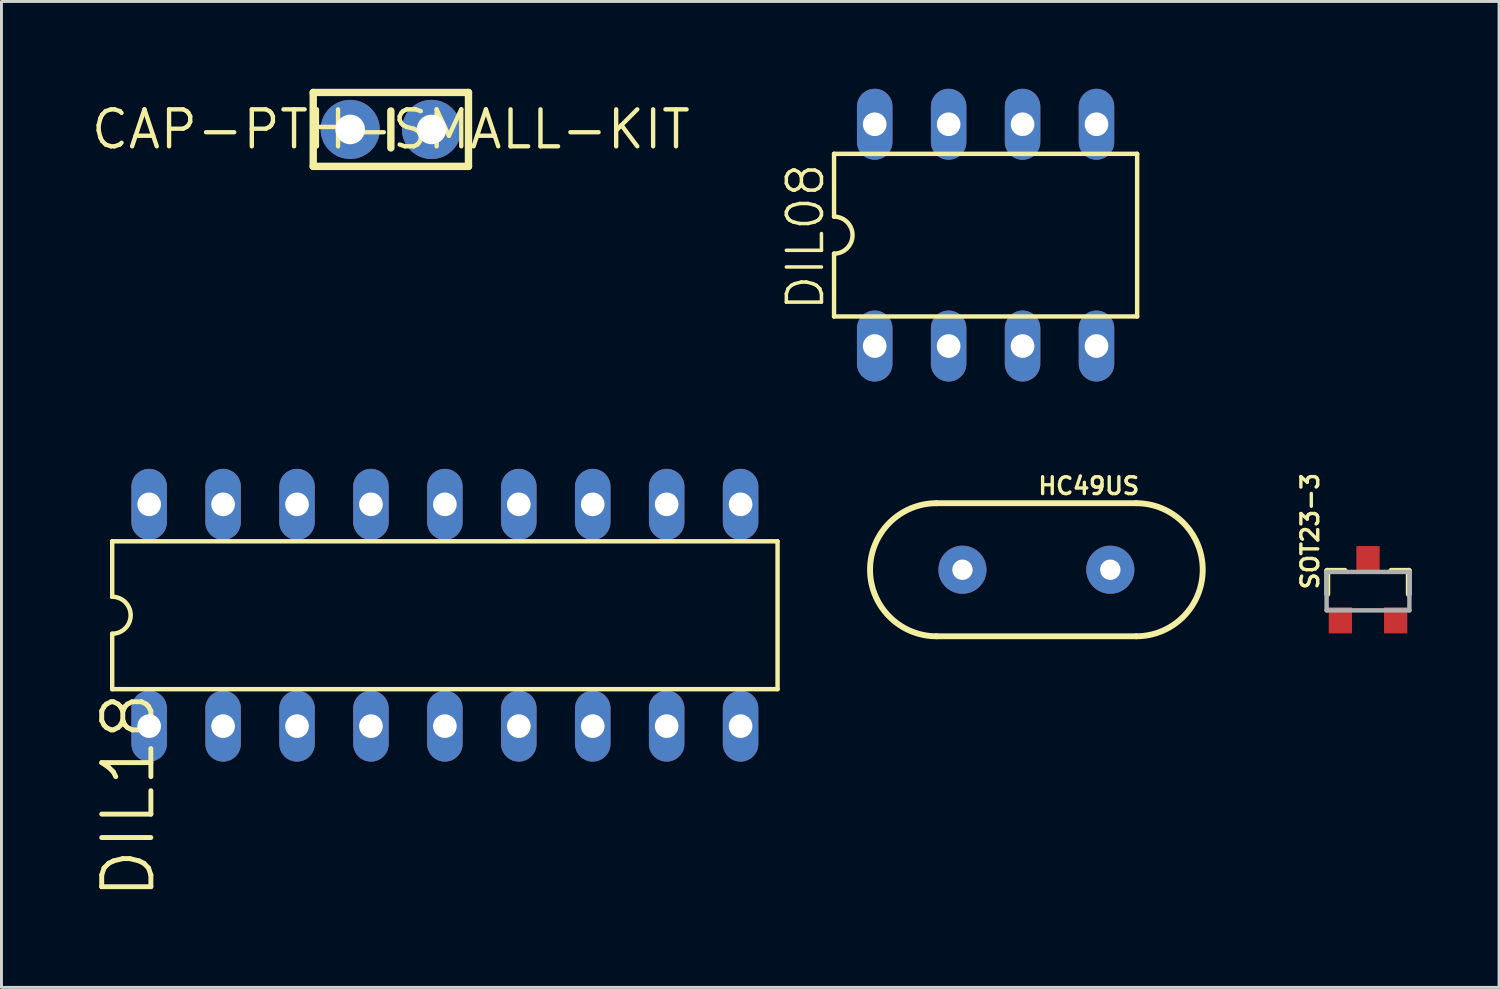
<source format=kicad_pcb>
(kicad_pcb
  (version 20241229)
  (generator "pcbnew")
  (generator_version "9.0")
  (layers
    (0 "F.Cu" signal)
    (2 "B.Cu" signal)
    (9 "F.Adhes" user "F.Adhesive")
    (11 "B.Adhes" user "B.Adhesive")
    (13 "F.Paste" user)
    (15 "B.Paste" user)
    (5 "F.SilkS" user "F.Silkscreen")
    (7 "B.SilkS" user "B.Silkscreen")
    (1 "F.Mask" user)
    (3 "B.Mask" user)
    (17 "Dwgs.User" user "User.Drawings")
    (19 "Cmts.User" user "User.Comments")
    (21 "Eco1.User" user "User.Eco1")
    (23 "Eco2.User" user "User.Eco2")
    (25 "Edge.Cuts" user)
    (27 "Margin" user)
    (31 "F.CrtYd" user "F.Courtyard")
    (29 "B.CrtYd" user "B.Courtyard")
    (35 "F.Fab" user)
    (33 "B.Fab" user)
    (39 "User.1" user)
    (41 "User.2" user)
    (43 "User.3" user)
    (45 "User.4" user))
  (footprint "DIL08"
    (layer "F.Cu")
    (at 30.813 5.029)
    (property "Reference" "DIL08" (at -5.486 2.667 90) (layer "F.SilkS") (effects (font (size 1.206 1.206) (thickness 0.121)) (justify left bottom)))
    (attr through_hole)
    (fp_line (start -5.207 -2.794) (end -5.207 -0.635) (stroke (width 0.152) (type solid)) (layer "F.SilkS"))
    (fp_line (start -5.207 0.635) (end -5.207 2.794) (stroke (width 0.152) (type solid)) (layer "F.SilkS"))
    (fp_line (start -5.207 2.794) (end 5.207 2.794) (stroke (width 0.152) (type solid)) (layer "F.SilkS"))
    (fp_line (start 5.207 -2.794) (end -5.207 -2.794) (stroke (width 0.152) (type solid)) (layer "F.SilkS"))
    (fp_line (start 5.207 2.794) (end 5.207 -2.794) (stroke (width 0.152) (type solid)) (layer "F.SilkS"))
    (fp_arc (start -5.207 -0.635) (mid -4.572 0) (end -5.207 0.635) (stroke (width 0.1524) (type solid)) (layer "F.SilkS"))
    (pad "1" thru_hole oval (at -3.81 3.81 90) (size 2.438 1.219) (drill 0.813) (layers "*.Cu" "*.Mask"))
    (pad "2" thru_hole oval (at -1.27 3.81 90) (size 2.438 1.219) (drill 0.813) (layers "*.Cu" "*.Mask"))
    (pad "3" thru_hole oval (at 1.27 3.81 90) (size 2.438 1.219) (drill 0.813) (layers "*.Cu" "*.Mask"))
    (pad "4" thru_hole oval (at 3.81 3.81 90) (size 2.438 1.219) (drill 0.813) (layers "*.Cu" "*.Mask"))
    (pad "5" thru_hole oval (at 3.81 -3.81 90) (size 2.438 1.219) (drill 0.813) (layers "*.Cu" "*.Mask"))
    (pad "6" thru_hole oval (at 1.27 -3.81 90) (size 2.438 1.219) (drill 0.813) (layers "*.Cu" "*.Mask"))
    (pad "7" thru_hole oval (at -1.27 -3.81 90) (size 2.438 1.219) (drill 0.813) (layers "*.Cu" "*.Mask"))
    (pad "8" thru_hole oval (at -3.81 -3.81 90) (size 2.438 1.219) (drill 0.813) (layers "*.Cu" "*.Mask")))
  (footprint "DIL18"
    (layer "F.Cu")
    (at 12.235 18.088)
    (property "Reference" "DIL18" (at -11.862 2.54 270) (layer "F.SilkS") (effects (font (size 1.689 1.689) (thickness 0.169)) (justify right top)))
    (attr through_hole)
    (fp_line (start -11.43 -2.54) (end -11.43 -0.635) (stroke (width 0.152) (type solid)) (layer "F.SilkS"))
    (fp_line (start -11.43 -2.54) (end 11.43 -2.54) (stroke (width 0.152) (type solid)) (layer "F.SilkS"))
    (fp_line (start -11.43 0.635) (end -11.43 2.54) (stroke (width 0.152) (type solid)) (layer "F.SilkS"))
    (fp_line (start 11.43 2.54) (end -11.43 2.54) (stroke (width 0.152) (type solid)) (layer "F.SilkS"))
    (fp_line (start 11.43 2.54) (end 11.43 -2.54) (stroke (width 0.152) (type solid)) (layer "F.SilkS"))
    (fp_arc (start -11.43 -0.635) (mid -10.795 0) (end -11.43 0.635) (stroke (width 0.1524) (type solid)) (layer "F.SilkS"))
    (pad "1" thru_hole oval (at -10.16 3.81 90) (size 2.438 1.219) (drill 0.813) (layers "*.Cu" "*.Mask"))
    (pad "2" thru_hole oval (at -7.62 3.81 90) (size 2.438 1.219) (drill 0.813) (layers "*.Cu" "*.Mask"))
    (pad "3" thru_hole oval (at -5.08 3.81 90) (size 2.438 1.219) (drill 0.813) (layers "*.Cu" "*.Mask"))
    (pad "4" thru_hole oval (at -2.54 3.81 90) (size 2.438 1.219) (drill 0.813) (layers "*.Cu" "*.Mask"))
    (pad "5" thru_hole oval (at 0 3.81 90) (size 2.438 1.219) (drill 0.813) (layers "*.Cu" "*.Mask"))
    (pad "6" thru_hole oval (at 2.54 3.81 90) (size 2.438 1.219) (drill 0.813) (layers "*.Cu" "*.Mask"))
    (pad "7" thru_hole oval (at 5.08 3.81 90) (size 2.438 1.219) (drill 0.813) (layers "*.Cu" "*.Mask"))
    (pad "8" thru_hole oval (at 7.62 3.81 90) (size 2.438 1.219) (drill 0.813) (layers "*.Cu" "*.Mask"))
    (pad "9" thru_hole oval (at 10.16 3.81 90) (size 2.438 1.219) (drill 0.813) (layers "*.Cu" "*.Mask"))
    (pad "10" thru_hole oval (at 10.16 -3.81 90) (size 2.438 1.219) (drill 0.813) (layers "*.Cu" "*.Mask"))
    (pad "11" thru_hole oval (at 7.62 -3.81 90) (size 2.438 1.219) (drill 0.813) (layers "*.Cu" "*.Mask"))
    (pad "12" thru_hole oval (at 5.08 -3.81 90) (size 2.438 1.219) (drill 0.813) (layers "*.Cu" "*.Mask"))
    (pad "13" thru_hole oval (at 2.54 -3.81 90) (size 2.438 1.219) (drill 0.813) (layers "*.Cu" "*.Mask"))
    (pad "14" thru_hole oval (at 0 -3.81 90) (size 2.438 1.219) (drill 0.813) (layers "*.Cu" "*.Mask"))
    (pad "15" thru_hole oval (at -2.54 -3.81 90) (size 2.438 1.219) (drill 0.813) (layers "*.Cu" "*.Mask"))
    (pad "16" thru_hole oval (at -5.08 -3.81 90) (size 2.438 1.219) (drill 0.813) (layers "*.Cu" "*.Mask"))
    (pad "17" thru_hole oval (at -7.62 -3.81 90) (size 2.438 1.219) (drill 0.813) (layers "*.Cu" "*.Mask"))
    (pad "18" thru_hole oval (at -10.16 -3.81 90) (size 2.438 1.219) (drill 0.813) (layers "*.Cu" "*.Mask")))
  (footprint "HC49US"
    (layer "F.Cu")
    (at 32.558 16.525)
    (property "Reference" "HC49US" (at 0 -2.54 0) (layer "F.SilkS") (effects (font (size 0.579 0.579) (thickness 0.116)) (justify left bottom)))
    (attr through_hole)
    (fp_line (start -3.429 2.286) (end 3.429 2.286) (stroke (width 0.203) (type solid)) (layer "F.SilkS"))
    (fp_line (start 3.429 -2.286) (end -3.429 -2.286) (stroke (width 0.203) (type solid)) (layer "F.SilkS"))
    (fp_arc (start -3.429 2.286) (mid -5.715 0) (end -3.429 -2.286) (stroke (width 0.2032) (type solid)) (layer "F.SilkS"))
    (fp_arc (start 3.429 -2.286) (mid 5.715 0) (end 3.429 2.286) (stroke (width 0.2032) (type solid)) (layer "F.SilkS"))
    (pad "1" thru_hole circle (at -2.54 0 90) (size 1.651 1.651) (drill 0.7) (layers "*.Cu" "*.Mask"))
    (pad "2" thru_hole circle (at 2.54 0 90) (size 1.651 1.651) (drill 0.7) (layers "*.Cu" "*.Mask")))
  (footprint "CAP-PTH-SMALL-KIT"
    (layer "F.Cu")
    (at 10.379 1.397)
    (property "Reference" "CAP-PTH-SMALL-KIT" (at 0 0 0) (layer "F.SilkS") (effects (font (size 1.27 1.27) (thickness 0.15))))
    (attr through_hole)
    (fp_poly (pts (xy -1.405 0.44) (xy -1.405 0.44) (xy -1.572 0.41) (xy -1.715 0.319) (xy -1.812 0.181) (xy -1.849 0.015) (xy -1.819 -0.16) (xy -1.724 -0.31) (xy -1.405 -0.452) (xy -1.405 -0.452) (xy -1.233 -0.415) (xy -1.089 -0.315) (xy -0.963 0.005) (xy -0.997 0.172) (xy -1.094 0.314)) (stroke (width 0) (type solid)) (fill yes) (layer "F.Mask"))
    (fp_poly (pts (xy 1.395 0.44) (xy 1.395 0.44) (xy 1.228 0.41) (xy 1.084 0.319) (xy 0.987 0.181) (xy 0.95 0.015) (xy 0.98 -0.16) (xy 1.075 -0.31) (xy 1.395 -0.452) (xy 1.394 -0.452) (xy 1.566 -0.415) (xy 1.71 -0.315) (xy 1.836 0.005) (xy 1.836 0.005) (xy 1.802 0.172) (xy 1.705 0.314)) (stroke (width 0) (type solid)) (fill yes) (layer "F.Mask"))
    (fp_poly (pts (xy 1.397 0.948) (xy 1.397 0.948) (xy 1.187 0.927) (xy 0.987 0.86) (xy 0.807 0.75) (xy 0.656 0.603) (xy 0.541 0.425) (xy 0.442 0.018) (xy 0.464 -0.197) (xy 0.533 -0.402) (xy 0.645 -0.586) (xy 0.796 -0.74) (xy 0.977 -0.857) (xy 1.18 -0.931) (xy 1.395 -0.958) (xy 1.609 -0.93) (xy 1.811 -0.856) (xy 1.992 -0.739) (xy 2.143 -0.584) (xy 2.255 -0.399) (xy 2.323 -0.194) (xy 2.345 0.02) (xy 2.345 0.02) (xy 2.319 0.229) (xy 2.247 0.426) (xy 2.134 0.603) (xy 1.984 0.749) (xy 1.805 0.859)) (stroke (width 0) (type solid)) (fill yes) (layer "B.Mask"))
    (fp_poly (pts (xy -1.402 0.948) (xy -1.402 0.948) (xy -1.612 0.927) (xy -1.812 0.86) (xy -1.992 0.75) (xy -2.144 0.603) (xy -2.258 0.425) (xy -2.357 0.018) (xy -2.357 0.018) (xy -2.335 -0.197) (xy -2.267 -0.402) (xy -2.154 -0.586) (xy -2.003 -0.74) (xy -1.822 -0.857) (xy -1.619 -0.931) (xy -1.405 -0.958) (xy -1.19 -0.93) (xy -0.988 -0.856) (xy -0.807 -0.739) (xy -0.656 -0.584) (xy -0.544 -0.399) (xy -0.476 -0.194) (xy -0.455 0.02) (xy -0.455 0.02) (xy -0.48 0.229) (xy -0.552 0.426) (xy -0.665 0.603) (xy -0.815 0.749) (xy -0.994 0.859)) (stroke (width 0) (type solid)) (fill yes) (layer "B.Mask"))
    (fp_line (start -2.667 -1.27) (end 2.667 -1.27) (stroke (width 0.254) (type solid)) (layer "F.SilkS"))
    (fp_line (start -2.667 1.27) (end -2.667 -1.27) (stroke (width 0.254) (type solid)) (layer "F.SilkS"))
    (fp_line (start 0 -0.635) (end 0 0.635) (stroke (width 0.254) (type solid)) (layer "F.SilkS"))
    (fp_line (start 2.667 -1.27) (end 2.667 1.27) (stroke (width 0.254) (type solid)) (layer "F.SilkS"))
    (fp_line (start 2.667 1.27) (end -2.667 1.27) (stroke (width 0.254) (type solid)) (layer "F.SilkS"))
    (pad "1" thru_hole circle (at -1.397 0) (size 2.032 2.032) (drill 1.016) (layers "*.Cu" "*.Mask"))
    (pad "2" thru_hole circle (at 1.397 0) (size 2.032 2.032) (drill 1.016) (layers "*.Cu" "*.Mask")))
  (footprint "SOT23-3"
    (layer "F.Cu")
    (at 43.952 17.261)
    (property "Reference" "SOT23-3" (at -1.651 0 90) (layer "F.SilkS") (effects (font (size 0.579 0.579) (thickness 0.116)) (justify left bottom)))
    (attr through_hole)
    (fp_line (start -1.4 -0.7) (end -1.4 0.1) (stroke (width 0.203) (type solid)) (layer "F.SilkS"))
    (fp_line (start -0.8 -0.7) (end -1.4 -0.7) (stroke (width 0.203) (type solid)) (layer "F.SilkS"))
    (fp_line (start 0.8 -0.7) (end 1.4 -0.7) (stroke (width 0.203) (type solid)) (layer "F.SilkS"))
    (fp_line (start 1.4 -0.7) (end 1.4 0.1) (stroke (width 0.203) (type solid)) (layer "F.SilkS"))
    (fp_line (start -1.422 -0.66) (end 1.422 -0.66) (stroke (width 0.152) (type solid)) (layer "F.Fab"))
    (fp_line (start -1.422 0.66) (end -1.422 -0.66) (stroke (width 0.152) (type solid)) (layer "F.Fab"))
    (fp_line (start 1.422 -0.66) (end 1.422 0.66) (stroke (width 0.152) (type solid)) (layer "F.Fab"))
    (fp_line (start 1.422 0.66) (end -1.422 0.66) (stroke (width 0.152) (type solid)) (layer "F.Fab"))
    (pad "1" smd rect (at -0.95 1) (size 0.8 0.9) (layers "F.Cu" "F.Mask" "F.Paste"))
    (pad "2" smd rect (at 0.95 1) (size 0.8 0.9) (layers "F.Cu" "F.Mask" "F.Paste"))
    (pad "3" smd rect (at 0 -1.1) (size 0.8 0.9) (layers "F.Cu" "F.Mask" "F.Paste")))
  (gr_rect
    (start -3 -3)
    (end 48.454 30.875)
    (stroke (width 0.1) (type default))
    (fill no)
    (layer "Edge.Cuts")))
</source>
